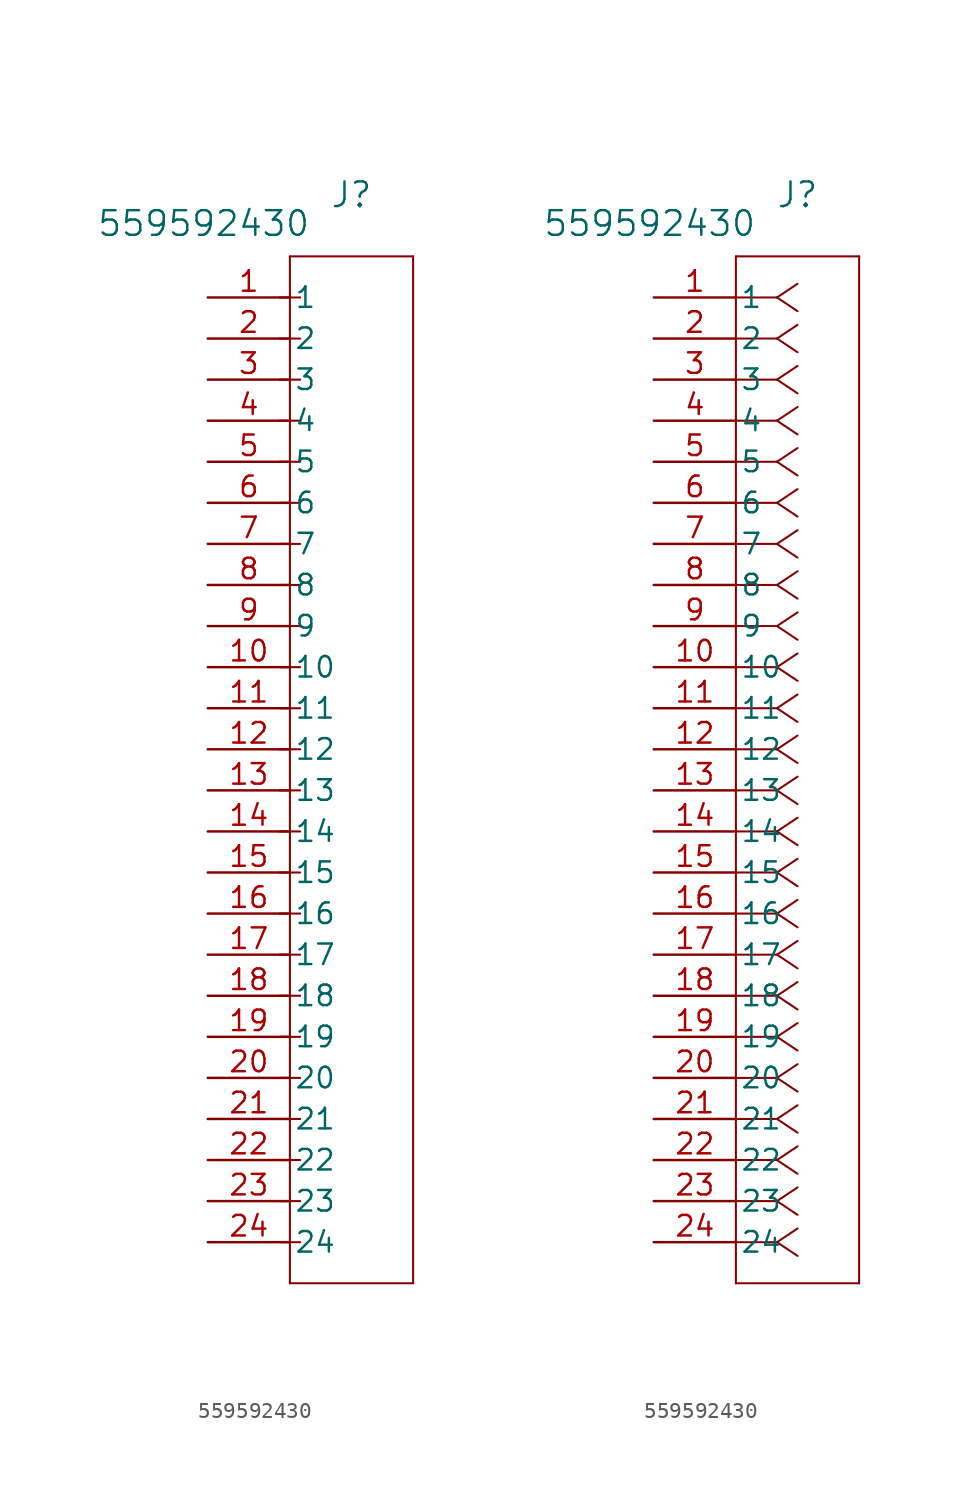
<source format=kicad_sym>
(kicad_symbol_lib
  (version 20231120)
  (generator "kicad_symbol_editor")
  (generator_version "8.0")
  (symbol "559592430"
    (pin_names
      (offset 0.254))
    (property "Reference" "J"
      (at 8.89 6.35 0)
      (effects (font (size 1.524 1.524))))
    (property "Value" "559592430"
      (at -0.254 4.572 0)
      (effects (font (size 1.524 1.524))))
    (property "ki_locked" ""
      (at 0 0 0)
      (effects (font (size 1.27 1.27))))
    (symbol "559592430_1_1"
      (polyline (pts (xy 5.08 -60.96) (xy 12.7 -60.96)) (stroke (width 0.127) (type default)) (fill (type none)))
      (polyline (pts (xy 5.08 2.54) (xy 5.08 -60.96)) (stroke (width 0.127) (type default)) (fill (type none)))
      (polyline (pts (xy 5.715 -58.42) (xy 4.445 -58.42)) (stroke (width 0.127) (type default)) (fill (type none)))
      (polyline (pts (xy 5.715 -55.88) (xy 4.445 -55.88)) (stroke (width 0.127) (type default)) (fill (type none)))
      (polyline (pts (xy 5.715 -53.34) (xy 4.445 -53.34)) (stroke (width 0.127) (type default)) (fill (type none)))
      (polyline (pts (xy 5.715 -50.8) (xy 4.445 -50.8)) (stroke (width 0.127) (type default)) (fill (type none)))
      (polyline (pts (xy 5.715 -48.26) (xy 4.445 -48.26)) (stroke (width 0.127) (type default)) (fill (type none)))
      (polyline (pts (xy 5.715 -45.72) (xy 4.445 -45.72)) (stroke (width 0.127) (type default)) (fill (type none)))
      (polyline (pts (xy 5.715 -43.18) (xy 4.445 -43.18)) (stroke (width 0.127) (type default)) (fill (type none)))
      (polyline (pts (xy 5.715 -40.64) (xy 4.445 -40.64)) (stroke (width 0.127) (type default)) (fill (type none)))
      (polyline (pts (xy 5.715 -38.1) (xy 4.445 -38.1)) (stroke (width 0.127) (type default)) (fill (type none)))
      (polyline (pts (xy 5.715 -35.56) (xy 4.445 -35.56)) (stroke (width 0.127) (type default)) (fill (type none)))
      (polyline (pts (xy 5.715 -33.02) (xy 4.445 -33.02)) (stroke (width 0.127) (type default)) (fill (type none)))
      (polyline (pts (xy 5.715 -30.48) (xy 4.445 -30.48)) (stroke (width 0.127) (type default)) (fill (type none)))
      (polyline (pts (xy 5.715 -27.94) (xy 4.445 -27.94)) (stroke (width 0.127) (type default)) (fill (type none)))
      (polyline (pts (xy 5.715 -25.4) (xy 4.445 -25.4)) (stroke (width 0.127) (type default)) (fill (type none)))
      (polyline (pts (xy 5.715 -22.86) (xy 4.445 -22.86)) (stroke (width 0.127) (type default)) (fill (type none)))
      (polyline (pts (xy 5.715 -20.32) (xy 4.445 -20.32)) (stroke (width 0.127) (type default)) (fill (type none)))
      (polyline (pts (xy 5.715 -17.78) (xy 4.445 -17.78)) (stroke (width 0.127) (type default)) (fill (type none)))
      (polyline (pts (xy 5.715 -15.24) (xy 4.445 -15.24)) (stroke (width 0.127) (type default)) (fill (type none)))
      (polyline (pts (xy 5.715 -12.7) (xy 4.445 -12.7)) (stroke (width 0.127) (type default)) (fill (type none)))
      (polyline (pts (xy 5.715 -10.16) (xy 4.445 -10.16)) (stroke (width 0.127) (type default)) (fill (type none)))
      (polyline (pts (xy 5.715 -7.62) (xy 4.445 -7.62)) (stroke (width 0.127) (type default)) (fill (type none)))
      (polyline (pts (xy 5.715 -5.08) (xy 4.445 -5.08)) (stroke (width 0.127) (type default)) (fill (type none)))
      (polyline (pts (xy 5.715 -2.54) (xy 4.445 -2.54)) (stroke (width 0.127) (type default)) (fill (type none)))
      (polyline (pts (xy 5.715 0) (xy 4.445 0)) (stroke (width 0.127) (type default)) (fill (type none)))
      (polyline (pts (xy 12.7 -60.96) (xy 12.7 2.54)) (stroke (width 0.127) (type default)) (fill (type none)))
      (polyline (pts (xy 12.7 2.54) (xy 5.08 2.54)) (stroke (width 0.127) (type default)) (fill (type none)))
      (pin unspecified line (at 0 0 0) (length 5.08) (name "1" (effects (font (size 1.27 1.27)))) (number "1" (effects (font (size 1.27 1.27)))))
      (pin unspecified line (at 0 -22.86 0) (length 5.08) (name "10" (effects (font (size 1.27 1.27)))) (number "10" (effects (font (size 1.27 1.27)))))
      (pin unspecified line (at 0 -25.4 0) (length 5.08) (name "11" (effects (font (size 1.27 1.27)))) (number "11" (effects (font (size 1.27 1.27)))))
      (pin unspecified line (at 0 -27.94 0) (length 5.08) (name "12" (effects (font (size 1.27 1.27)))) (number "12" (effects (font (size 1.27 1.27)))))
      (pin unspecified line (at 0 -30.48 0) (length 5.08) (name "13" (effects (font (size 1.27 1.27)))) (number "13" (effects (font (size 1.27 1.27)))))
      (pin unspecified line (at 0 -33.02 0) (length 5.08) (name "14" (effects (font (size 1.27 1.27)))) (number "14" (effects (font (size 1.27 1.27)))))
      (pin unspecified line (at 0 -35.56 0) (length 5.08) (name "15" (effects (font (size 1.27 1.27)))) (number "15" (effects (font (size 1.27 1.27)))))
      (pin unspecified line (at 0 -38.1 0) (length 5.08) (name "16" (effects (font (size 1.27 1.27)))) (number "16" (effects (font (size 1.27 1.27)))))
      (pin unspecified line (at 0 -40.64 0) (length 5.08) (name "17" (effects (font (size 1.27 1.27)))) (number "17" (effects (font (size 1.27 1.27)))))
      (pin unspecified line (at 0 -43.18 0) (length 5.08) (name "18" (effects (font (size 1.27 1.27)))) (number "18" (effects (font (size 1.27 1.27)))))
      (pin unspecified line (at 0 -45.72 0) (length 5.08) (name "19" (effects (font (size 1.27 1.27)))) (number "19" (effects (font (size 1.27 1.27)))))
      (pin unspecified line (at 0 -2.54 0) (length 5.08) (name "2" (effects (font (size 1.27 1.27)))) (number "2" (effects (font (size 1.27 1.27)))))
      (pin unspecified line (at 0 -48.26 0) (length 5.08) (name "20" (effects (font (size 1.27 1.27)))) (number "20" (effects (font (size 1.27 1.27)))))
      (pin unspecified line (at 0 -50.8 0) (length 5.08) (name "21" (effects (font (size 1.27 1.27)))) (number "21" (effects (font (size 1.27 1.27)))))
      (pin unspecified line (at 0 -53.34 0) (length 5.08) (name "22" (effects (font (size 1.27 1.27)))) (number "22" (effects (font (size 1.27 1.27)))))
      (pin unspecified line (at 0 -55.88 0) (length 5.08) (name "23" (effects (font (size 1.27 1.27)))) (number "23" (effects (font (size 1.27 1.27)))))
      (pin unspecified line (at 0 -58.42 0) (length 5.08) (name "24" (effects (font (size 1.27 1.27)))) (number "24" (effects (font (size 1.27 1.27)))))
      (pin unspecified line (at 0 -5.08 0) (length 5.08) (name "3" (effects (font (size 1.27 1.27)))) (number "3" (effects (font (size 1.27 1.27)))))
      (pin unspecified line (at 0 -7.62 0) (length 5.08) (name "4" (effects (font (size 1.27 1.27)))) (number "4" (effects (font (size 1.27 1.27)))))
      (pin unspecified line (at 0 -10.16 0) (length 5.08) (name "5" (effects (font (size 1.27 1.27)))) (number "5" (effects (font (size 1.27 1.27)))))
      (pin unspecified line (at 0 -12.7 0) (length 5.08) (name "6" (effects (font (size 1.27 1.27)))) (number "6" (effects (font (size 1.27 1.27)))))
      (pin unspecified line (at 0 -15.24 0) (length 5.08) (name "7" (effects (font (size 1.27 1.27)))) (number "7" (effects (font (size 1.27 1.27)))))
      (pin unspecified line (at 0 -17.78 0) (length 5.08) (name "8" (effects (font (size 1.27 1.27)))) (number "8" (effects (font (size 1.27 1.27)))))
      (pin unspecified line (at 0 -20.32 0) (length 5.08) (name "9" (effects (font (size 1.27 1.27)))) (number "9" (effects (font (size 1.27 1.27))))))
    (symbol "559592430_1_2"
      (polyline (pts (xy 5.08 -60.96) (xy 12.7 -60.96)) (stroke (width 0.127) (type default)) (fill (type none)))
      (polyline (pts (xy 5.08 2.54) (xy 5.08 -60.96)) (stroke (width 0.127) (type default)) (fill (type none)))
      (polyline (pts (xy 7.62 -58.42) (xy 5.08 -58.42)) (stroke (width 0.127) (type default)) (fill (type none)))
      (polyline (pts (xy 7.62 -58.42) (xy 8.89 -59.267)) (stroke (width 0.127) (type default)) (fill (type none)))
      (polyline (pts (xy 7.62 -58.42) (xy 8.89 -57.573)) (stroke (width 0.127) (type default)) (fill (type none)))
      (polyline (pts (xy 7.62 -55.88) (xy 5.08 -55.88)) (stroke (width 0.127) (type default)) (fill (type none)))
      (polyline (pts (xy 7.62 -55.88) (xy 8.89 -56.727)) (stroke (width 0.127) (type default)) (fill (type none)))
      (polyline (pts (xy 7.62 -55.88) (xy 8.89 -55.033)) (stroke (width 0.127) (type default)) (fill (type none)))
      (polyline (pts (xy 7.62 -53.34) (xy 5.08 -53.34)) (stroke (width 0.127) (type default)) (fill (type none)))
      (polyline (pts (xy 7.62 -53.34) (xy 8.89 -54.187)) (stroke (width 0.127) (type default)) (fill (type none)))
      (polyline (pts (xy 7.62 -53.34) (xy 8.89 -52.493)) (stroke (width 0.127) (type default)) (fill (type none)))
      (polyline (pts (xy 7.62 -50.8) (xy 5.08 -50.8)) (stroke (width 0.127) (type default)) (fill (type none)))
      (polyline (pts (xy 7.62 -50.8) (xy 8.89 -51.647)) (stroke (width 0.127) (type default)) (fill (type none)))
      (polyline (pts (xy 7.62 -50.8) (xy 8.89 -49.953)) (stroke (width 0.127) (type default)) (fill (type none)))
      (polyline (pts (xy 7.62 -48.26) (xy 5.08 -48.26)) (stroke (width 0.127) (type default)) (fill (type none)))
      (polyline (pts (xy 7.62 -48.26) (xy 8.89 -49.107)) (stroke (width 0.127) (type default)) (fill (type none)))
      (polyline (pts (xy 7.62 -48.26) (xy 8.89 -47.413)) (stroke (width 0.127) (type default)) (fill (type none)))
      (polyline (pts (xy 7.62 -45.72) (xy 5.08 -45.72)) (stroke (width 0.127) (type default)) (fill (type none)))
      (polyline (pts (xy 7.62 -45.72) (xy 8.89 -46.567)) (stroke (width 0.127) (type default)) (fill (type none)))
      (polyline (pts (xy 7.62 -45.72) (xy 8.89 -44.873)) (stroke (width 0.127) (type default)) (fill (type none)))
      (polyline (pts (xy 7.62 -43.18) (xy 5.08 -43.18)) (stroke (width 0.127) (type default)) (fill (type none)))
      (polyline (pts (xy 7.62 -43.18) (xy 8.89 -44.027)) (stroke (width 0.127) (type default)) (fill (type none)))
      (polyline (pts (xy 7.62 -43.18) (xy 8.89 -42.333)) (stroke (width 0.127) (type default)) (fill (type none)))
      (polyline (pts (xy 7.62 -40.64) (xy 5.08 -40.64)) (stroke (width 0.127) (type default)) (fill (type none)))
      (polyline (pts (xy 7.62 -40.64) (xy 8.89 -41.487)) (stroke (width 0.127) (type default)) (fill (type none)))
      (polyline (pts (xy 7.62 -40.64) (xy 8.89 -39.793)) (stroke (width 0.127) (type default)) (fill (type none)))
      (polyline (pts (xy 7.62 -38.1) (xy 5.08 -38.1)) (stroke (width 0.127) (type default)) (fill (type none)))
      (polyline (pts (xy 7.62 -38.1) (xy 8.89 -38.947)) (stroke (width 0.127) (type default)) (fill (type none)))
      (polyline (pts (xy 7.62 -38.1) (xy 8.89 -37.253)) (stroke (width 0.127) (type default)) (fill (type none)))
      (polyline (pts (xy 7.62 -35.56) (xy 5.08 -35.56)) (stroke (width 0.127) (type default)) (fill (type none)))
      (polyline (pts (xy 7.62 -35.56) (xy 8.89 -36.407)) (stroke (width 0.127) (type default)) (fill (type none)))
      (polyline (pts (xy 7.62 -35.56) (xy 8.89 -34.713)) (stroke (width 0.127) (type default)) (fill (type none)))
      (polyline (pts (xy 7.62 -33.02) (xy 5.08 -33.02)) (stroke (width 0.127) (type default)) (fill (type none)))
      (polyline (pts (xy 7.62 -33.02) (xy 8.89 -33.867)) (stroke (width 0.127) (type default)) (fill (type none)))
      (polyline (pts (xy 7.62 -33.02) (xy 8.89 -32.173)) (stroke (width 0.127) (type default)) (fill (type none)))
      (polyline (pts (xy 7.62 -30.48) (xy 5.08 -30.48)) (stroke (width 0.127) (type default)) (fill (type none)))
      (polyline (pts (xy 7.62 -30.48) (xy 8.89 -31.327)) (stroke (width 0.127) (type default)) (fill (type none)))
      (polyline (pts (xy 7.62 -30.48) (xy 8.89 -29.633)) (stroke (width 0.127) (type default)) (fill (type none)))
      (polyline (pts (xy 7.62 -27.94) (xy 5.08 -27.94)) (stroke (width 0.127) (type default)) (fill (type none)))
      (polyline (pts (xy 7.62 -27.94) (xy 8.89 -28.787)) (stroke (width 0.127) (type default)) (fill (type none)))
      (polyline (pts (xy 7.62 -27.94) (xy 8.89 -27.093)) (stroke (width 0.127) (type default)) (fill (type none)))
      (polyline (pts (xy 7.62 -25.4) (xy 5.08 -25.4)) (stroke (width 0.127) (type default)) (fill (type none)))
      (polyline (pts (xy 7.62 -25.4) (xy 8.89 -26.247)) (stroke (width 0.127) (type default)) (fill (type none)))
      (polyline (pts (xy 7.62 -25.4) (xy 8.89 -24.553)) (stroke (width 0.127) (type default)) (fill (type none)))
      (polyline (pts (xy 7.62 -22.86) (xy 5.08 -22.86)) (stroke (width 0.127) (type default)) (fill (type none)))
      (polyline (pts (xy 7.62 -22.86) (xy 8.89 -23.707)) (stroke (width 0.127) (type default)) (fill (type none)))
      (polyline (pts (xy 7.62 -22.86) (xy 8.89 -22.013)) (stroke (width 0.127) (type default)) (fill (type none)))
      (polyline (pts (xy 7.62 -20.32) (xy 5.08 -20.32)) (stroke (width 0.127) (type default)) (fill (type none)))
      (polyline (pts (xy 7.62 -20.32) (xy 8.89 -21.167)) (stroke (width 0.127) (type default)) (fill (type none)))
      (polyline (pts (xy 7.62 -20.32) (xy 8.89 -19.473)) (stroke (width 0.127) (type default)) (fill (type none)))
      (polyline (pts (xy 7.62 -17.78) (xy 5.08 -17.78)) (stroke (width 0.127) (type default)) (fill (type none)))
      (polyline (pts (xy 7.62 -17.78) (xy 8.89 -18.627)) (stroke (width 0.127) (type default)) (fill (type none)))
      (polyline (pts (xy 7.62 -17.78) (xy 8.89 -16.933)) (stroke (width 0.127) (type default)) (fill (type none)))
      (polyline (pts (xy 7.62 -15.24) (xy 5.08 -15.24)) (stroke (width 0.127) (type default)) (fill (type none)))
      (polyline (pts (xy 7.62 -15.24) (xy 8.89 -16.087)) (stroke (width 0.127) (type default)) (fill (type none)))
      (polyline (pts (xy 7.62 -15.24) (xy 8.89 -14.393)) (stroke (width 0.127) (type default)) (fill (type none)))
      (polyline (pts (xy 7.62 -12.7) (xy 5.08 -12.7)) (stroke (width 0.127) (type default)) (fill (type none)))
      (polyline (pts (xy 7.62 -12.7) (xy 8.89 -13.547)) (stroke (width 0.127) (type default)) (fill (type none)))
      (polyline (pts (xy 7.62 -12.7) (xy 8.89 -11.853)) (stroke (width 0.127) (type default)) (fill (type none)))
      (polyline (pts (xy 7.62 -10.16) (xy 5.08 -10.16)) (stroke (width 0.127) (type default)) (fill (type none)))
      (polyline (pts (xy 7.62 -10.16) (xy 8.89 -11.007)) (stroke (width 0.127) (type default)) (fill (type none)))
      (polyline (pts (xy 7.62 -10.16) (xy 8.89 -9.313)) (stroke (width 0.127) (type default)) (fill (type none)))
      (polyline (pts (xy 7.62 -7.62) (xy 5.08 -7.62)) (stroke (width 0.127) (type default)) (fill (type none)))
      (polyline (pts (xy 7.62 -7.62) (xy 8.89 -8.467)) (stroke (width 0.127) (type default)) (fill (type none)))
      (polyline (pts (xy 7.62 -7.62) (xy 8.89 -6.773)) (stroke (width 0.127) (type default)) (fill (type none)))
      (polyline (pts (xy 7.62 -5.08) (xy 5.08 -5.08)) (stroke (width 0.127) (type default)) (fill (type none)))
      (polyline (pts (xy 7.62 -5.08) (xy 8.89 -5.927)) (stroke (width 0.127) (type default)) (fill (type none)))
      (polyline (pts (xy 7.62 -5.08) (xy 8.89 -4.233)) (stroke (width 0.127) (type default)) (fill (type none)))
      (polyline (pts (xy 7.62 -2.54) (xy 5.08 -2.54)) (stroke (width 0.127) (type default)) (fill (type none)))
      (polyline (pts (xy 7.62 -2.54) (xy 8.89 -3.387)) (stroke (width 0.127) (type default)) (fill (type none)))
      (polyline (pts (xy 7.62 -2.54) (xy 8.89 -1.693)) (stroke (width 0.127) (type default)) (fill (type none)))
      (polyline (pts (xy 7.62 0) (xy 5.08 0)) (stroke (width 0.127) (type default)) (fill (type none)))
      (polyline (pts (xy 7.62 0) (xy 8.89 -0.847)) (stroke (width 0.127) (type default)) (fill (type none)))
      (polyline (pts (xy 7.62 0) (xy 8.89 0.847)) (stroke (width 0.127) (type default)) (fill (type none)))
      (polyline (pts (xy 12.7 -60.96) (xy 12.7 2.54)) (stroke (width 0.127) (type default)) (fill (type none)))
      (polyline (pts (xy 12.7 2.54) (xy 5.08 2.54)) (stroke (width 0.127) (type default)) (fill (type none)))
      (pin unspecified line (at 0 0 0) (length 5.08) (name "1" (effects (font (size 1.27 1.27)))) (number "1" (effects (font (size 1.27 1.27)))))
      (pin unspecified line (at 0 -22.86 0) (length 5.08) (name "10" (effects (font (size 1.27 1.27)))) (number "10" (effects (font (size 1.27 1.27)))))
      (pin unspecified line (at 0 -25.4 0) (length 5.08) (name "11" (effects (font (size 1.27 1.27)))) (number "11" (effects (font (size 1.27 1.27)))))
      (pin unspecified line (at 0 -27.94 0) (length 5.08) (name "12" (effects (font (size 1.27 1.27)))) (number "12" (effects (font (size 1.27 1.27)))))
      (pin unspecified line (at 0 -30.48 0) (length 5.08) (name "13" (effects (font (size 1.27 1.27)))) (number "13" (effects (font (size 1.27 1.27)))))
      (pin unspecified line (at 0 -33.02 0) (length 5.08) (name "14" (effects (font (size 1.27 1.27)))) (number "14" (effects (font (size 1.27 1.27)))))
      (pin unspecified line (at 0 -35.56 0) (length 5.08) (name "15" (effects (font (size 1.27 1.27)))) (number "15" (effects (font (size 1.27 1.27)))))
      (pin unspecified line (at 0 -38.1 0) (length 5.08) (name "16" (effects (font (size 1.27 1.27)))) (number "16" (effects (font (size 1.27 1.27)))))
      (pin unspecified line (at 0 -40.64 0) (length 5.08) (name "17" (effects (font (size 1.27 1.27)))) (number "17" (effects (font (size 1.27 1.27)))))
      (pin unspecified line (at 0 -43.18 0) (length 5.08) (name "18" (effects (font (size 1.27 1.27)))) (number "18" (effects (font (size 1.27 1.27)))))
      (pin unspecified line (at 0 -45.72 0) (length 5.08) (name "19" (effects (font (size 1.27 1.27)))) (number "19" (effects (font (size 1.27 1.27)))))
      (pin unspecified line (at 0 -2.54 0) (length 5.08) (name "2" (effects (font (size 1.27 1.27)))) (number "2" (effects (font (size 1.27 1.27)))))
      (pin unspecified line (at 0 -48.26 0) (length 5.08) (name "20" (effects (font (size 1.27 1.27)))) (number "20" (effects (font (size 1.27 1.27)))))
      (pin unspecified line (at 0 -50.8 0) (length 5.08) (name "21" (effects (font (size 1.27 1.27)))) (number "21" (effects (font (size 1.27 1.27)))))
      (pin unspecified line (at 0 -53.34 0) (length 5.08) (name "22" (effects (font (size 1.27 1.27)))) (number "22" (effects (font (size 1.27 1.27)))))
      (pin unspecified line (at 0 -55.88 0) (length 5.08) (name "23" (effects (font (size 1.27 1.27)))) (number "23" (effects (font (size 1.27 1.27)))))
      (pin unspecified line (at 0 -58.42 0) (length 5.08) (name "24" (effects (font (size 1.27 1.27)))) (number "24" (effects (font (size 1.27 1.27)))))
      (pin unspecified line (at 0 -5.08 0) (length 5.08) (name "3" (effects (font (size 1.27 1.27)))) (number "3" (effects (font (size 1.27 1.27)))))
      (pin unspecified line (at 0 -7.62 0) (length 5.08) (name "4" (effects (font (size 1.27 1.27)))) (number "4" (effects (font (size 1.27 1.27)))))
      (pin unspecified line (at 0 -10.16 0) (length 5.08) (name "5" (effects (font (size 1.27 1.27)))) (number "5" (effects (font (size 1.27 1.27)))))
      (pin unspecified line (at 0 -12.7 0) (length 5.08) (name "6" (effects (font (size 1.27 1.27)))) (number "6" (effects (font (size 1.27 1.27)))))
      (pin unspecified line (at 0 -15.24 0) (length 5.08) (name "7" (effects (font (size 1.27 1.27)))) (number "7" (effects (font (size 1.27 1.27)))))
      (pin unspecified line (at 0 -17.78 0) (length 5.08) (name "8" (effects (font (size 1.27 1.27)))) (number "8" (effects (font (size 1.27 1.27)))))
      (pin unspecified line (at 0 -20.32 0) (length 5.08) (name "9" (effects (font (size 1.27 1.27)))) (number "9" (effects (font (size 1.27 1.27))))))))
</source>
